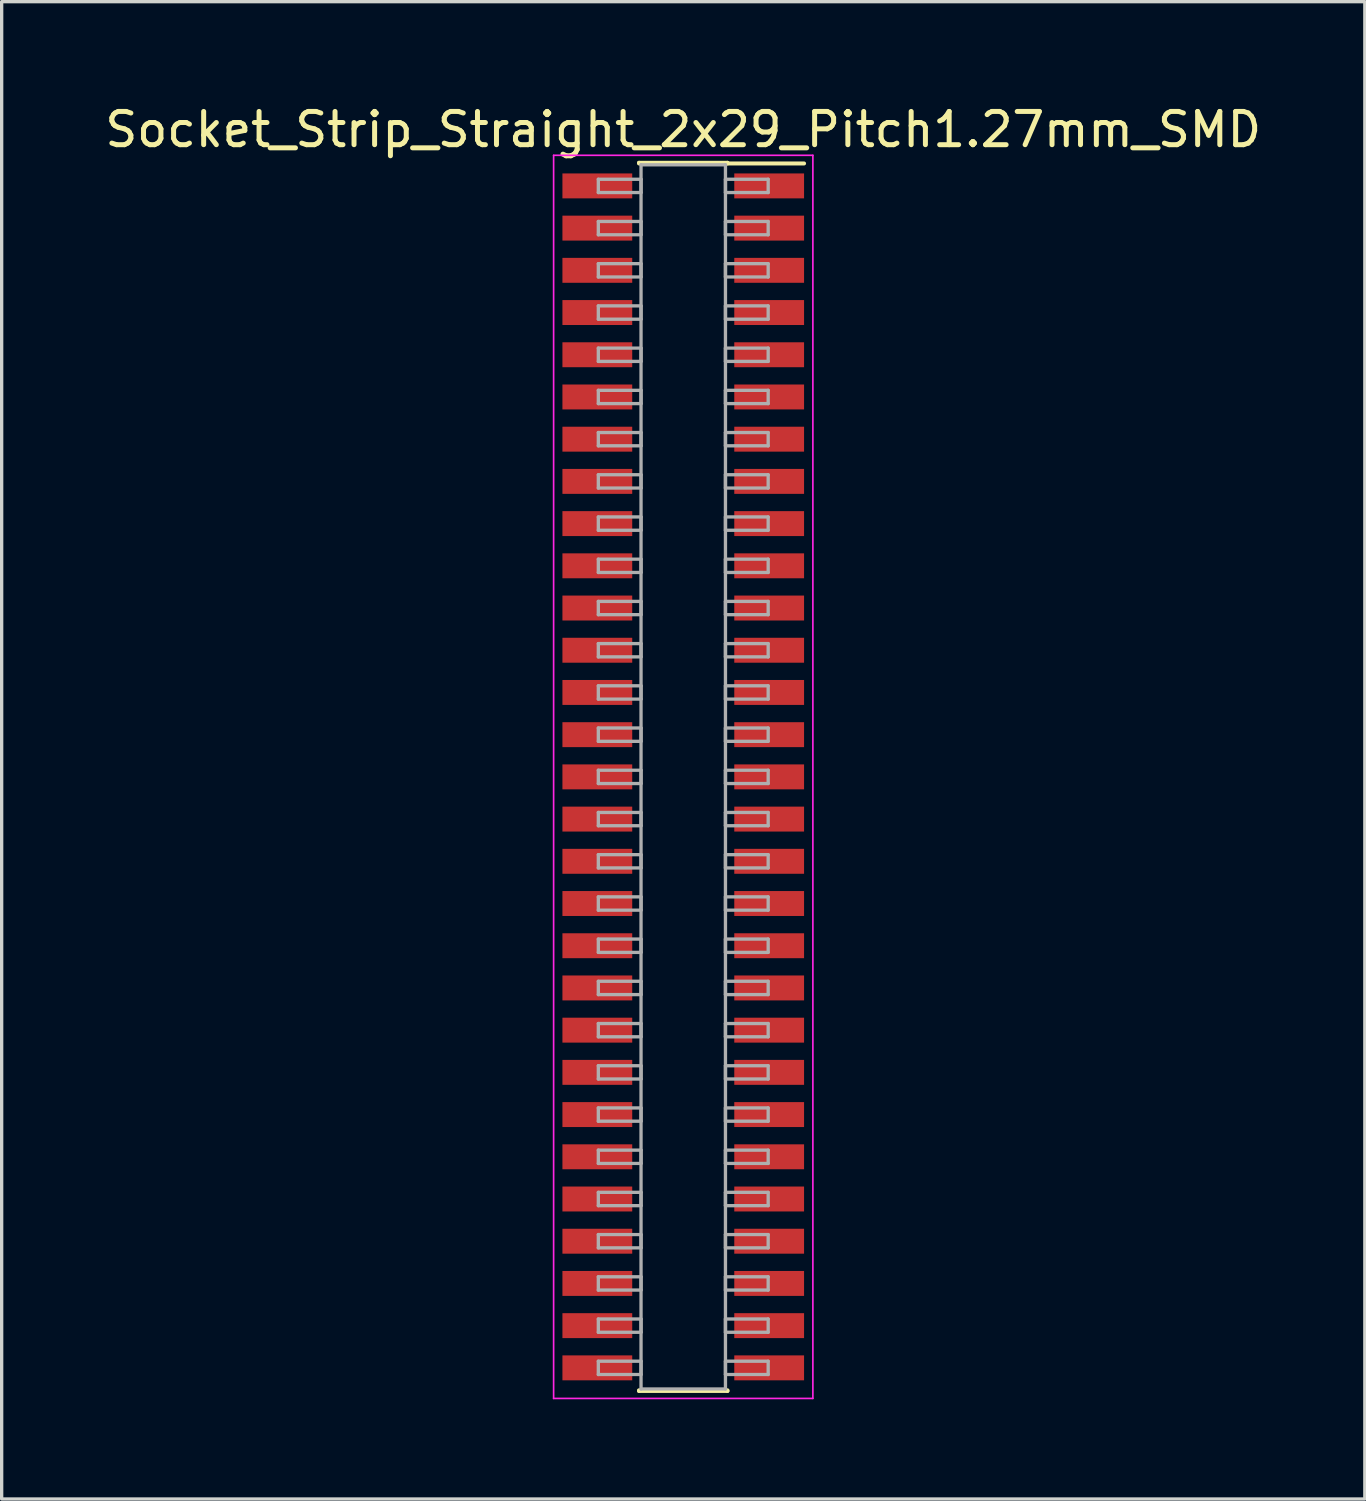
<source format=kicad_pcb>
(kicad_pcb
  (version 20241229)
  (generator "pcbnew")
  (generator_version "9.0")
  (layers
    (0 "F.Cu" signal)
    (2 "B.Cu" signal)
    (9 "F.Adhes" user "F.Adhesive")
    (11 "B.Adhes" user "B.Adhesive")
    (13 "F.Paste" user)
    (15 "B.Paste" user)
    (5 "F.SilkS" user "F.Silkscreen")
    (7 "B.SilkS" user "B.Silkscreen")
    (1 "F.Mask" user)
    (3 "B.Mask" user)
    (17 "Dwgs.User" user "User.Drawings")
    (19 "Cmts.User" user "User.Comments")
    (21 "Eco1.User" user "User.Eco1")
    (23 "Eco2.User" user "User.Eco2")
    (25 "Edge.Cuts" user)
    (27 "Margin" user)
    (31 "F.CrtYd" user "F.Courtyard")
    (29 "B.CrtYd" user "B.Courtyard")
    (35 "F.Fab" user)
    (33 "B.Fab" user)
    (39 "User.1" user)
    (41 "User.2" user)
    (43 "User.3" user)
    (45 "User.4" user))
  (footprint "Socket_Strip_Straight_2x29_Pitch1.27mm_SMD"
    (layer "F.Cu")
    (at 17.506 20.323)
    (property "Reference" "Socket_Strip_Straight_2x29_Pitch1.27mm_SMD" (at 0 -19.475 0) (layer "F.SilkS") (effects (font (size 1 1) (thickness 0.15))))
    (attr smd)
    (fp_line (start -1.33 -18.475) (end 1.33 -18.475) (stroke (width 0.12) (type solid)) (layer "F.SilkS"))
    (fp_line (start -1.33 -18.455) (end -1.33 -18.475) (stroke (width 0.12) (type solid)) (layer "F.SilkS"))
    (fp_line (start -1.33 18.455) (end -1.33 18.475) (stroke (width 0.12) (type solid)) (layer "F.SilkS"))
    (fp_line (start -1.33 18.475) (end 1.33 18.475) (stroke (width 0.12) (type solid)) (layer "F.SilkS"))
    (fp_line (start 1.33 -18.475) (end 1.33 -18.455) (stroke (width 0.12) (type solid)) (layer "F.SilkS"))
    (fp_line (start 1.33 18.475) (end 1.33 18.455) (stroke (width 0.12) (type solid)) (layer "F.SilkS"))
    (fp_line (start 3.635 -18.455) (end 1.33 -18.455) (stroke (width 0.12) (type solid)) (layer "F.SilkS"))
    (fp_line (start -3.9 -18.7) (end -3.9 18.7) (stroke (width 0.05) (type solid)) (layer "F.CrtYd"))
    (fp_line (start -3.9 18.7) (end 3.9 18.7) (stroke (width 0.05) (type solid)) (layer "F.CrtYd"))
    (fp_line (start 3.9 -18.7) (end -3.9 -18.7) (stroke (width 0.05) (type solid)) (layer "F.CrtYd"))
    (fp_line (start 3.9 18.7) (end 3.9 -18.7) (stroke (width 0.05) (type solid)) (layer "F.CrtYd"))
    (fp_line (start -2.555 -17.98) (end -1.27 -17.98) (stroke (width 0.1) (type solid)) (layer "F.Fab"))
    (fp_line (start -2.555 -17.58) (end -2.555 -17.98) (stroke (width 0.1) (type solid)) (layer "F.Fab"))
    (fp_line (start -2.555 -16.71) (end -1.27 -16.71) (stroke (width 0.1) (type solid)) (layer "F.Fab"))
    (fp_line (start -2.555 -16.31) (end -2.555 -16.71) (stroke (width 0.1) (type solid)) (layer "F.Fab"))
    (fp_line (start -2.555 -15.44) (end -1.27 -15.44) (stroke (width 0.1) (type solid)) (layer "F.Fab"))
    (fp_line (start -2.555 -15.04) (end -2.555 -15.44) (stroke (width 0.1) (type solid)) (layer "F.Fab"))
    (fp_line (start -2.555 -14.17) (end -1.27 -14.17) (stroke (width 0.1) (type solid)) (layer "F.Fab"))
    (fp_line (start -2.555 -13.77) (end -2.555 -14.17) (stroke (width 0.1) (type solid)) (layer "F.Fab"))
    (fp_line (start -2.555 -12.9) (end -1.27 -12.9) (stroke (width 0.1) (type solid)) (layer "F.Fab"))
    (fp_line (start -2.555 -12.5) (end -2.555 -12.9) (stroke (width 0.1) (type solid)) (layer "F.Fab"))
    (fp_line (start -2.555 -11.63) (end -1.27 -11.63) (stroke (width 0.1) (type solid)) (layer "F.Fab"))
    (fp_line (start -2.555 -11.23) (end -2.555 -11.63) (stroke (width 0.1) (type solid)) (layer "F.Fab"))
    (fp_line (start -2.555 -10.36) (end -1.27 -10.36) (stroke (width 0.1) (type solid)) (layer "F.Fab"))
    (fp_line (start -2.555 -9.96) (end -2.555 -10.36) (stroke (width 0.1) (type solid)) (layer "F.Fab"))
    (fp_line (start -2.555 -9.09) (end -1.27 -9.09) (stroke (width 0.1) (type solid)) (layer "F.Fab"))
    (fp_line (start -2.555 -8.69) (end -2.555 -9.09) (stroke (width 0.1) (type solid)) (layer "F.Fab"))
    (fp_line (start -2.555 -7.82) (end -1.27 -7.82) (stroke (width 0.1) (type solid)) (layer "F.Fab"))
    (fp_line (start -2.555 -7.42) (end -2.555 -7.82) (stroke (width 0.1) (type solid)) (layer "F.Fab"))
    (fp_line (start -2.555 -6.55) (end -1.27 -6.55) (stroke (width 0.1) (type solid)) (layer "F.Fab"))
    (fp_line (start -2.555 -6.15) (end -2.555 -6.55) (stroke (width 0.1) (type solid)) (layer "F.Fab"))
    (fp_line (start -2.555 -5.28) (end -1.27 -5.28) (stroke (width 0.1) (type solid)) (layer "F.Fab"))
    (fp_line (start -2.555 -4.88) (end -2.555 -5.28) (stroke (width 0.1) (type solid)) (layer "F.Fab"))
    (fp_line (start -2.555 -4.01) (end -1.27 -4.01) (stroke (width 0.1) (type solid)) (layer "F.Fab"))
    (fp_line (start -2.555 -3.61) (end -2.555 -4.01) (stroke (width 0.1) (type solid)) (layer "F.Fab"))
    (fp_line (start -2.555 -2.74) (end -1.27 -2.74) (stroke (width 0.1) (type solid)) (layer "F.Fab"))
    (fp_line (start -2.555 -2.34) (end -2.555 -2.74) (stroke (width 0.1) (type solid)) (layer "F.Fab"))
    (fp_line (start -2.555 -1.47) (end -1.27 -1.47) (stroke (width 0.1) (type solid)) (layer "F.Fab"))
    (fp_line (start -2.555 -1.07) (end -2.555 -1.47) (stroke (width 0.1) (type solid)) (layer "F.Fab"))
    (fp_line (start -2.555 -0.2) (end -1.27 -0.2) (stroke (width 0.1) (type solid)) (layer "F.Fab"))
    (fp_line (start -2.555 0.2) (end -2.555 -0.2) (stroke (width 0.1) (type solid)) (layer "F.Fab"))
    (fp_line (start -2.555 1.07) (end -1.27 1.07) (stroke (width 0.1) (type solid)) (layer "F.Fab"))
    (fp_line (start -2.555 1.47) (end -2.555 1.07) (stroke (width 0.1) (type solid)) (layer "F.Fab"))
    (fp_line (start -2.555 2.34) (end -1.27 2.34) (stroke (width 0.1) (type solid)) (layer "F.Fab"))
    (fp_line (start -2.555 2.74) (end -2.555 2.34) (stroke (width 0.1) (type solid)) (layer "F.Fab"))
    (fp_line (start -2.555 3.61) (end -1.27 3.61) (stroke (width 0.1) (type solid)) (layer "F.Fab"))
    (fp_line (start -2.555 4.01) (end -2.555 3.61) (stroke (width 0.1) (type solid)) (layer "F.Fab"))
    (fp_line (start -2.555 4.88) (end -1.27 4.88) (stroke (width 0.1) (type solid)) (layer "F.Fab"))
    (fp_line (start -2.555 5.28) (end -2.555 4.88) (stroke (width 0.1) (type solid)) (layer "F.Fab"))
    (fp_line (start -2.555 6.15) (end -1.27 6.15) (stroke (width 0.1) (type solid)) (layer "F.Fab"))
    (fp_line (start -2.555 6.55) (end -2.555 6.15) (stroke (width 0.1) (type solid)) (layer "F.Fab"))
    (fp_line (start -2.555 7.42) (end -1.27 7.42) (stroke (width 0.1) (type solid)) (layer "F.Fab"))
    (fp_line (start -2.555 7.82) (end -2.555 7.42) (stroke (width 0.1) (type solid)) (layer "F.Fab"))
    (fp_line (start -2.555 8.69) (end -1.27 8.69) (stroke (width 0.1) (type solid)) (layer "F.Fab"))
    (fp_line (start -2.555 9.09) (end -2.555 8.69) (stroke (width 0.1) (type solid)) (layer "F.Fab"))
    (fp_line (start -2.555 9.96) (end -1.27 9.96) (stroke (width 0.1) (type solid)) (layer "F.Fab"))
    (fp_line (start -2.555 10.36) (end -2.555 9.96) (stroke (width 0.1) (type solid)) (layer "F.Fab"))
    (fp_line (start -2.555 11.23) (end -1.27 11.23) (stroke (width 0.1) (type solid)) (layer "F.Fab"))
    (fp_line (start -2.555 11.63) (end -2.555 11.23) (stroke (width 0.1) (type solid)) (layer "F.Fab"))
    (fp_line (start -2.555 12.5) (end -1.27 12.5) (stroke (width 0.1) (type solid)) (layer "F.Fab"))
    (fp_line (start -2.555 12.9) (end -2.555 12.5) (stroke (width 0.1) (type solid)) (layer "F.Fab"))
    (fp_line (start -2.555 13.77) (end -1.27 13.77) (stroke (width 0.1) (type solid)) (layer "F.Fab"))
    (fp_line (start -2.555 14.17) (end -2.555 13.77) (stroke (width 0.1) (type solid)) (layer "F.Fab"))
    (fp_line (start -2.555 15.04) (end -1.27 15.04) (stroke (width 0.1) (type solid)) (layer "F.Fab"))
    (fp_line (start -2.555 15.44) (end -2.555 15.04) (stroke (width 0.1) (type solid)) (layer "F.Fab"))
    (fp_line (start -2.555 16.31) (end -1.27 16.31) (stroke (width 0.1) (type solid)) (layer "F.Fab"))
    (fp_line (start -2.555 16.71) (end -2.555 16.31) (stroke (width 0.1) (type solid)) (layer "F.Fab"))
    (fp_line (start -2.555 17.58) (end -1.27 17.58) (stroke (width 0.1) (type solid)) (layer "F.Fab"))
    (fp_line (start -2.555 17.98) (end -2.555 17.58) (stroke (width 0.1) (type solid)) (layer "F.Fab"))
    (fp_line (start -1.27 -18.415) (end -1.27 18.415) (stroke (width 0.1) (type solid)) (layer "F.Fab"))
    (fp_line (start -1.27 -17.98) (end -1.27 -17.58) (stroke (width 0.1) (type solid)) (layer "F.Fab"))
    (fp_line (start -1.27 -17.58) (end -2.555 -17.58) (stroke (width 0.1) (type solid)) (layer "F.Fab"))
    (fp_line (start -1.27 -16.71) (end -1.27 -16.31) (stroke (width 0.1) (type solid)) (layer "F.Fab"))
    (fp_line (start -1.27 -16.31) (end -2.555 -16.31) (stroke (width 0.1) (type solid)) (layer "F.Fab"))
    (fp_line (start -1.27 -15.44) (end -1.27 -15.04) (stroke (width 0.1) (type solid)) (layer "F.Fab"))
    (fp_line (start -1.27 -15.04) (end -2.555 -15.04) (stroke (width 0.1) (type solid)) (layer "F.Fab"))
    (fp_line (start -1.27 -14.17) (end -1.27 -13.77) (stroke (width 0.1) (type solid)) (layer "F.Fab"))
    (fp_line (start -1.27 -13.77) (end -2.555 -13.77) (stroke (width 0.1) (type solid)) (layer "F.Fab"))
    (fp_line (start -1.27 -12.9) (end -1.27 -12.5) (stroke (width 0.1) (type solid)) (layer "F.Fab"))
    (fp_line (start -1.27 -12.5) (end -2.555 -12.5) (stroke (width 0.1) (type solid)) (layer "F.Fab"))
    (fp_line (start -1.27 -11.63) (end -1.27 -11.23) (stroke (width 0.1) (type solid)) (layer "F.Fab"))
    (fp_line (start -1.27 -11.23) (end -2.555 -11.23) (stroke (width 0.1) (type solid)) (layer "F.Fab"))
    (fp_line (start -1.27 -10.36) (end -1.27 -9.96) (stroke (width 0.1) (type solid)) (layer "F.Fab"))
    (fp_line (start -1.27 -9.96) (end -2.555 -9.96) (stroke (width 0.1) (type solid)) (layer "F.Fab"))
    (fp_line (start -1.27 -9.09) (end -1.27 -8.69) (stroke (width 0.1) (type solid)) (layer "F.Fab"))
    (fp_line (start -1.27 -8.69) (end -2.555 -8.69) (stroke (width 0.1) (type solid)) (layer "F.Fab"))
    (fp_line (start -1.27 -7.82) (end -1.27 -7.42) (stroke (width 0.1) (type solid)) (layer "F.Fab"))
    (fp_line (start -1.27 -7.42) (end -2.555 -7.42) (stroke (width 0.1) (type solid)) (layer "F.Fab"))
    (fp_line (start -1.27 -6.55) (end -1.27 -6.15) (stroke (width 0.1) (type solid)) (layer "F.Fab"))
    (fp_line (start -1.27 -6.15) (end -2.555 -6.15) (stroke (width 0.1) (type solid)) (layer "F.Fab"))
    (fp_line (start -1.27 -5.28) (end -1.27 -4.88) (stroke (width 0.1) (type solid)) (layer "F.Fab"))
    (fp_line (start -1.27 -4.88) (end -2.555 -4.88) (stroke (width 0.1) (type solid)) (layer "F.Fab"))
    (fp_line (start -1.27 -4.01) (end -1.27 -3.61) (stroke (width 0.1) (type solid)) (layer "F.Fab"))
    (fp_line (start -1.27 -3.61) (end -2.555 -3.61) (stroke (width 0.1) (type solid)) (layer "F.Fab"))
    (fp_line (start -1.27 -2.74) (end -1.27 -2.34) (stroke (width 0.1) (type solid)) (layer "F.Fab"))
    (fp_line (start -1.27 -2.34) (end -2.555 -2.34) (stroke (width 0.1) (type solid)) (layer "F.Fab"))
    (fp_line (start -1.27 -1.47) (end -1.27 -1.07) (stroke (width 0.1) (type solid)) (layer "F.Fab"))
    (fp_line (start -1.27 -1.07) (end -2.555 -1.07) (stroke (width 0.1) (type solid)) (layer "F.Fab"))
    (fp_line (start -1.27 -0.2) (end -1.27 0.2) (stroke (width 0.1) (type solid)) (layer "F.Fab"))
    (fp_line (start -1.27 0.2) (end -2.555 0.2) (stroke (width 0.1) (type solid)) (layer "F.Fab"))
    (fp_line (start -1.27 1.07) (end -1.27 1.47) (stroke (width 0.1) (type solid)) (layer "F.Fab"))
    (fp_line (start -1.27 1.47) (end -2.555 1.47) (stroke (width 0.1) (type solid)) (layer "F.Fab"))
    (fp_line (start -1.27 2.34) (end -1.27 2.74) (stroke (width 0.1) (type solid)) (layer "F.Fab"))
    (fp_line (start -1.27 2.74) (end -2.555 2.74) (stroke (width 0.1) (type solid)) (layer "F.Fab"))
    (fp_line (start -1.27 3.61) (end -1.27 4.01) (stroke (width 0.1) (type solid)) (layer "F.Fab"))
    (fp_line (start -1.27 4.01) (end -2.555 4.01) (stroke (width 0.1) (type solid)) (layer "F.Fab"))
    (fp_line (start -1.27 4.88) (end -1.27 5.28) (stroke (width 0.1) (type solid)) (layer "F.Fab"))
    (fp_line (start -1.27 5.28) (end -2.555 5.28) (stroke (width 0.1) (type solid)) (layer "F.Fab"))
    (fp_line (start -1.27 6.15) (end -1.27 6.55) (stroke (width 0.1) (type solid)) (layer "F.Fab"))
    (fp_line (start -1.27 6.55) (end -2.555 6.55) (stroke (width 0.1) (type solid)) (layer "F.Fab"))
    (fp_line (start -1.27 7.42) (end -1.27 7.82) (stroke (width 0.1) (type solid)) (layer "F.Fab"))
    (fp_line (start -1.27 7.82) (end -2.555 7.82) (stroke (width 0.1) (type solid)) (layer "F.Fab"))
    (fp_line (start -1.27 8.69) (end -1.27 9.09) (stroke (width 0.1) (type solid)) (layer "F.Fab"))
    (fp_line (start -1.27 9.09) (end -2.555 9.09) (stroke (width 0.1) (type solid)) (layer "F.Fab"))
    (fp_line (start -1.27 9.96) (end -1.27 10.36) (stroke (width 0.1) (type solid)) (layer "F.Fab"))
    (fp_line (start -1.27 10.36) (end -2.555 10.36) (stroke (width 0.1) (type solid)) (layer "F.Fab"))
    (fp_line (start -1.27 11.23) (end -1.27 11.63) (stroke (width 0.1) (type solid)) (layer "F.Fab"))
    (fp_line (start -1.27 11.63) (end -2.555 11.63) (stroke (width 0.1) (type solid)) (layer "F.Fab"))
    (fp_line (start -1.27 12.5) (end -1.27 12.9) (stroke (width 0.1) (type solid)) (layer "F.Fab"))
    (fp_line (start -1.27 12.9) (end -2.555 12.9) (stroke (width 0.1) (type solid)) (layer "F.Fab"))
    (fp_line (start -1.27 13.77) (end -1.27 14.17) (stroke (width 0.1) (type solid)) (layer "F.Fab"))
    (fp_line (start -1.27 14.17) (end -2.555 14.17) (stroke (width 0.1) (type solid)) (layer "F.Fab"))
    (fp_line (start -1.27 15.04) (end -1.27 15.44) (stroke (width 0.1) (type solid)) (layer "F.Fab"))
    (fp_line (start -1.27 15.44) (end -2.555 15.44) (stroke (width 0.1) (type solid)) (layer "F.Fab"))
    (fp_line (start -1.27 16.31) (end -1.27 16.71) (stroke (width 0.1) (type solid)) (layer "F.Fab"))
    (fp_line (start -1.27 16.71) (end -2.555 16.71) (stroke (width 0.1) (type solid)) (layer "F.Fab"))
    (fp_line (start -1.27 17.58) (end -1.27 17.98) (stroke (width 0.1) (type solid)) (layer "F.Fab"))
    (fp_line (start -1.27 17.98) (end -2.555 17.98) (stroke (width 0.1) (type solid)) (layer "F.Fab"))
    (fp_line (start -1.27 18.415) (end 1.27 18.415) (stroke (width 0.1) (type solid)) (layer "F.Fab"))
    (fp_line (start 1.27 -18.415) (end -1.27 -18.415) (stroke (width 0.1) (type solid)) (layer "F.Fab"))
    (fp_line (start 1.27 -17.98) (end 1.27 -17.58) (stroke (width 0.1) (type solid)) (layer "F.Fab"))
    (fp_line (start 1.27 -17.58) (end 2.555 -17.58) (stroke (width 0.1) (type solid)) (layer "F.Fab"))
    (fp_line (start 1.27 -16.71) (end 1.27 -16.31) (stroke (width 0.1) (type solid)) (layer "F.Fab"))
    (fp_line (start 1.27 -16.31) (end 2.555 -16.31) (stroke (width 0.1) (type solid)) (layer "F.Fab"))
    (fp_line (start 1.27 -15.44) (end 1.27 -15.04) (stroke (width 0.1) (type solid)) (layer "F.Fab"))
    (fp_line (start 1.27 -15.04) (end 2.555 -15.04) (stroke (width 0.1) (type solid)) (layer "F.Fab"))
    (fp_line (start 1.27 -14.17) (end 1.27 -13.77) (stroke (width 0.1) (type solid)) (layer "F.Fab"))
    (fp_line (start 1.27 -13.77) (end 2.555 -13.77) (stroke (width 0.1) (type solid)) (layer "F.Fab"))
    (fp_line (start 1.27 -12.9) (end 1.27 -12.5) (stroke (width 0.1) (type solid)) (layer "F.Fab"))
    (fp_line (start 1.27 -12.5) (end 2.555 -12.5) (stroke (width 0.1) (type solid)) (layer "F.Fab"))
    (fp_line (start 1.27 -11.63) (end 1.27 -11.23) (stroke (width 0.1) (type solid)) (layer "F.Fab"))
    (fp_line (start 1.27 -11.23) (end 2.555 -11.23) (stroke (width 0.1) (type solid)) (layer "F.Fab"))
    (fp_line (start 1.27 -10.36) (end 1.27 -9.96) (stroke (width 0.1) (type solid)) (layer "F.Fab"))
    (fp_line (start 1.27 -9.96) (end 2.555 -9.96) (stroke (width 0.1) (type solid)) (layer "F.Fab"))
    (fp_line (start 1.27 -9.09) (end 1.27 -8.69) (stroke (width 0.1) (type solid)) (layer "F.Fab"))
    (fp_line (start 1.27 -8.69) (end 2.555 -8.69) (stroke (width 0.1) (type solid)) (layer "F.Fab"))
    (fp_line (start 1.27 -7.82) (end 1.27 -7.42) (stroke (width 0.1) (type solid)) (layer "F.Fab"))
    (fp_line (start 1.27 -7.42) (end 2.555 -7.42) (stroke (width 0.1) (type solid)) (layer "F.Fab"))
    (fp_line (start 1.27 -6.55) (end 1.27 -6.15) (stroke (width 0.1) (type solid)) (layer "F.Fab"))
    (fp_line (start 1.27 -6.15) (end 2.555 -6.15) (stroke (width 0.1) (type solid)) (layer "F.Fab"))
    (fp_line (start 1.27 -5.28) (end 1.27 -4.88) (stroke (width 0.1) (type solid)) (layer "F.Fab"))
    (fp_line (start 1.27 -4.88) (end 2.555 -4.88) (stroke (width 0.1) (type solid)) (layer "F.Fab"))
    (fp_line (start 1.27 -4.01) (end 1.27 -3.61) (stroke (width 0.1) (type solid)) (layer "F.Fab"))
    (fp_line (start 1.27 -3.61) (end 2.555 -3.61) (stroke (width 0.1) (type solid)) (layer "F.Fab"))
    (fp_line (start 1.27 -2.74) (end 1.27 -2.34) (stroke (width 0.1) (type solid)) (layer "F.Fab"))
    (fp_line (start 1.27 -2.34) (end 2.555 -2.34) (stroke (width 0.1) (type solid)) (layer "F.Fab"))
    (fp_line (start 1.27 -1.47) (end 1.27 -1.07) (stroke (width 0.1) (type solid)) (layer "F.Fab"))
    (fp_line (start 1.27 -1.07) (end 2.555 -1.07) (stroke (width 0.1) (type solid)) (layer "F.Fab"))
    (fp_line (start 1.27 -0.2) (end 1.27 0.2) (stroke (width 0.1) (type solid)) (layer "F.Fab"))
    (fp_line (start 1.27 0.2) (end 2.555 0.2) (stroke (width 0.1) (type solid)) (layer "F.Fab"))
    (fp_line (start 1.27 1.07) (end 1.27 1.47) (stroke (width 0.1) (type solid)) (layer "F.Fab"))
    (fp_line (start 1.27 1.47) (end 2.555 1.47) (stroke (width 0.1) (type solid)) (layer "F.Fab"))
    (fp_line (start 1.27 2.34) (end 1.27 2.74) (stroke (width 0.1) (type solid)) (layer "F.Fab"))
    (fp_line (start 1.27 2.74) (end 2.555 2.74) (stroke (width 0.1) (type solid)) (layer "F.Fab"))
    (fp_line (start 1.27 3.61) (end 1.27 4.01) (stroke (width 0.1) (type solid)) (layer "F.Fab"))
    (fp_line (start 1.27 4.01) (end 2.555 4.01) (stroke (width 0.1) (type solid)) (layer "F.Fab"))
    (fp_line (start 1.27 4.88) (end 1.27 5.28) (stroke (width 0.1) (type solid)) (layer "F.Fab"))
    (fp_line (start 1.27 5.28) (end 2.555 5.28) (stroke (width 0.1) (type solid)) (layer "F.Fab"))
    (fp_line (start 1.27 6.15) (end 1.27 6.55) (stroke (width 0.1) (type solid)) (layer "F.Fab"))
    (fp_line (start 1.27 6.55) (end 2.555 6.55) (stroke (width 0.1) (type solid)) (layer "F.Fab"))
    (fp_line (start 1.27 7.42) (end 1.27 7.82) (stroke (width 0.1) (type solid)) (layer "F.Fab"))
    (fp_line (start 1.27 7.82) (end 2.555 7.82) (stroke (width 0.1) (type solid)) (layer "F.Fab"))
    (fp_line (start 1.27 8.69) (end 1.27 9.09) (stroke (width 0.1) (type solid)) (layer "F.Fab"))
    (fp_line (start 1.27 9.09) (end 2.555 9.09) (stroke (width 0.1) (type solid)) (layer "F.Fab"))
    (fp_line (start 1.27 9.96) (end 1.27 10.36) (stroke (width 0.1) (type solid)) (layer "F.Fab"))
    (fp_line (start 1.27 10.36) (end 2.555 10.36) (stroke (width 0.1) (type solid)) (layer "F.Fab"))
    (fp_line (start 1.27 11.23) (end 1.27 11.63) (stroke (width 0.1) (type solid)) (layer "F.Fab"))
    (fp_line (start 1.27 11.63) (end 2.555 11.63) (stroke (width 0.1) (type solid)) (layer "F.Fab"))
    (fp_line (start 1.27 12.5) (end 1.27 12.9) (stroke (width 0.1) (type solid)) (layer "F.Fab"))
    (fp_line (start 1.27 12.9) (end 2.555 12.9) (stroke (width 0.1) (type solid)) (layer "F.Fab"))
    (fp_line (start 1.27 13.77) (end 1.27 14.17) (stroke (width 0.1) (type solid)) (layer "F.Fab"))
    (fp_line (start 1.27 14.17) (end 2.555 14.17) (stroke (width 0.1) (type solid)) (layer "F.Fab"))
    (fp_line (start 1.27 15.04) (end 1.27 15.44) (stroke (width 0.1) (type solid)) (layer "F.Fab"))
    (fp_line (start 1.27 15.44) (end 2.555 15.44) (stroke (width 0.1) (type solid)) (layer "F.Fab"))
    (fp_line (start 1.27 16.31) (end 1.27 16.71) (stroke (width 0.1) (type solid)) (layer "F.Fab"))
    (fp_line (start 1.27 16.71) (end 2.555 16.71) (stroke (width 0.1) (type solid)) (layer "F.Fab"))
    (fp_line (start 1.27 17.58) (end 1.27 17.98) (stroke (width 0.1) (type solid)) (layer "F.Fab"))
    (fp_line (start 1.27 17.98) (end 2.555 17.98) (stroke (width 0.1) (type solid)) (layer "F.Fab"))
    (fp_line (start 1.27 18.415) (end 1.27 -18.415) (stroke (width 0.1) (type solid)) (layer "F.Fab"))
    (fp_line (start 2.555 -17.98) (end 1.27 -17.98) (stroke (width 0.1) (type solid)) (layer "F.Fab"))
    (fp_line (start 2.555 -17.58) (end 2.555 -17.98) (stroke (width 0.1) (type solid)) (layer "F.Fab"))
    (fp_line (start 2.555 -16.71) (end 1.27 -16.71) (stroke (width 0.1) (type solid)) (layer "F.Fab"))
    (fp_line (start 2.555 -16.31) (end 2.555 -16.71) (stroke (width 0.1) (type solid)) (layer "F.Fab"))
    (fp_line (start 2.555 -15.44) (end 1.27 -15.44) (stroke (width 0.1) (type solid)) (layer "F.Fab"))
    (fp_line (start 2.555 -15.04) (end 2.555 -15.44) (stroke (width 0.1) (type solid)) (layer "F.Fab"))
    (fp_line (start 2.555 -14.17) (end 1.27 -14.17) (stroke (width 0.1) (type solid)) (layer "F.Fab"))
    (fp_line (start 2.555 -13.77) (end 2.555 -14.17) (stroke (width 0.1) (type solid)) (layer "F.Fab"))
    (fp_line (start 2.555 -12.9) (end 1.27 -12.9) (stroke (width 0.1) (type solid)) (layer "F.Fab"))
    (fp_line (start 2.555 -12.5) (end 2.555 -12.9) (stroke (width 0.1) (type solid)) (layer "F.Fab"))
    (fp_line (start 2.555 -11.63) (end 1.27 -11.63) (stroke (width 0.1) (type solid)) (layer "F.Fab"))
    (fp_line (start 2.555 -11.23) (end 2.555 -11.63) (stroke (width 0.1) (type solid)) (layer "F.Fab"))
    (fp_line (start 2.555 -10.36) (end 1.27 -10.36) (stroke (width 0.1) (type solid)) (layer "F.Fab"))
    (fp_line (start 2.555 -9.96) (end 2.555 -10.36) (stroke (width 0.1) (type solid)) (layer "F.Fab"))
    (fp_line (start 2.555 -9.09) (end 1.27 -9.09) (stroke (width 0.1) (type solid)) (layer "F.Fab"))
    (fp_line (start 2.555 -8.69) (end 2.555 -9.09) (stroke (width 0.1) (type solid)) (layer "F.Fab"))
    (fp_line (start 2.555 -7.82) (end 1.27 -7.82) (stroke (width 0.1) (type solid)) (layer "F.Fab"))
    (fp_line (start 2.555 -7.42) (end 2.555 -7.82) (stroke (width 0.1) (type solid)) (layer "F.Fab"))
    (fp_line (start 2.555 -6.55) (end 1.27 -6.55) (stroke (width 0.1) (type solid)) (layer "F.Fab"))
    (fp_line (start 2.555 -6.15) (end 2.555 -6.55) (stroke (width 0.1) (type solid)) (layer "F.Fab"))
    (fp_line (start 2.555 -5.28) (end 1.27 -5.28) (stroke (width 0.1) (type solid)) (layer "F.Fab"))
    (fp_line (start 2.555 -4.88) (end 2.555 -5.28) (stroke (width 0.1) (type solid)) (layer "F.Fab"))
    (fp_line (start 2.555 -4.01) (end 1.27 -4.01) (stroke (width 0.1) (type solid)) (layer "F.Fab"))
    (fp_line (start 2.555 -3.61) (end 2.555 -4.01) (stroke (width 0.1) (type solid)) (layer "F.Fab"))
    (fp_line (start 2.555 -2.74) (end 1.27 -2.74) (stroke (width 0.1) (type solid)) (layer "F.Fab"))
    (fp_line (start 2.555 -2.34) (end 2.555 -2.74) (stroke (width 0.1) (type solid)) (layer "F.Fab"))
    (fp_line (start 2.555 -1.47) (end 1.27 -1.47) (stroke (width 0.1) (type solid)) (layer "F.Fab"))
    (fp_line (start 2.555 -1.07) (end 2.555 -1.47) (stroke (width 0.1) (type solid)) (layer "F.Fab"))
    (fp_line (start 2.555 -0.2) (end 1.27 -0.2) (stroke (width 0.1) (type solid)) (layer "F.Fab"))
    (fp_line (start 2.555 0.2) (end 2.555 -0.2) (stroke (width 0.1) (type solid)) (layer "F.Fab"))
    (fp_line (start 2.555 1.07) (end 1.27 1.07) (stroke (width 0.1) (type solid)) (layer "F.Fab"))
    (fp_line (start 2.555 1.47) (end 2.555 1.07) (stroke (width 0.1) (type solid)) (layer "F.Fab"))
    (fp_line (start 2.555 2.34) (end 1.27 2.34) (stroke (width 0.1) (type solid)) (layer "F.Fab"))
    (fp_line (start 2.555 2.74) (end 2.555 2.34) (stroke (width 0.1) (type solid)) (layer "F.Fab"))
    (fp_line (start 2.555 3.61) (end 1.27 3.61) (stroke (width 0.1) (type solid)) (layer "F.Fab"))
    (fp_line (start 2.555 4.01) (end 2.555 3.61) (stroke (width 0.1) (type solid)) (layer "F.Fab"))
    (fp_line (start 2.555 4.88) (end 1.27 4.88) (stroke (width 0.1) (type solid)) (layer "F.Fab"))
    (fp_line (start 2.555 5.28) (end 2.555 4.88) (stroke (width 0.1) (type solid)) (layer "F.Fab"))
    (fp_line (start 2.555 6.15) (end 1.27 6.15) (stroke (width 0.1) (type solid)) (layer "F.Fab"))
    (fp_line (start 2.555 6.55) (end 2.555 6.15) (stroke (width 0.1) (type solid)) (layer "F.Fab"))
    (fp_line (start 2.555 7.42) (end 1.27 7.42) (stroke (width 0.1) (type solid)) (layer "F.Fab"))
    (fp_line (start 2.555 7.82) (end 2.555 7.42) (stroke (width 0.1) (type solid)) (layer "F.Fab"))
    (fp_line (start 2.555 8.69) (end 1.27 8.69) (stroke (width 0.1) (type solid)) (layer "F.Fab"))
    (fp_line (start 2.555 9.09) (end 2.555 8.69) (stroke (width 0.1) (type solid)) (layer "F.Fab"))
    (fp_line (start 2.555 9.96) (end 1.27 9.96) (stroke (width 0.1) (type solid)) (layer "F.Fab"))
    (fp_line (start 2.555 10.36) (end 2.555 9.96) (stroke (width 0.1) (type solid)) (layer "F.Fab"))
    (fp_line (start 2.555 11.23) (end 1.27 11.23) (stroke (width 0.1) (type solid)) (layer "F.Fab"))
    (fp_line (start 2.555 11.63) (end 2.555 11.23) (stroke (width 0.1) (type solid)) (layer "F.Fab"))
    (fp_line (start 2.555 12.5) (end 1.27 12.5) (stroke (width 0.1) (type solid)) (layer "F.Fab"))
    (fp_line (start 2.555 12.9) (end 2.555 12.5) (stroke (width 0.1) (type solid)) (layer "F.Fab"))
    (fp_line (start 2.555 13.77) (end 1.27 13.77) (stroke (width 0.1) (type solid)) (layer "F.Fab"))
    (fp_line (start 2.555 14.17) (end 2.555 13.77) (stroke (width 0.1) (type solid)) (layer "F.Fab"))
    (fp_line (start 2.555 15.04) (end 1.27 15.04) (stroke (width 0.1) (type solid)) (layer "F.Fab"))
    (fp_line (start 2.555 15.44) (end 2.555 15.04) (stroke (width 0.1) (type solid)) (layer "F.Fab"))
    (fp_line (start 2.555 16.31) (end 1.27 16.31) (stroke (width 0.1) (type solid)) (layer "F.Fab"))
    (fp_line (start 2.555 16.71) (end 2.555 16.31) (stroke (width 0.1) (type solid)) (layer "F.Fab"))
    (fp_line (start 2.555 17.58) (end 1.27 17.58) (stroke (width 0.1) (type solid)) (layer "F.Fab"))
    (fp_line (start 2.555 17.98) (end 2.555 17.58) (stroke (width 0.1) (type solid)) (layer "F.Fab"))
    (pad "1" smd rect (at 2.585 -17.78) (size 2.1 0.75) (layers "F.Cu" "F.Mask"))
    (pad "2" smd rect (at -2.585 -17.78) (size 2.1 0.75) (layers "F.Cu" "F.Mask"))
    (pad "3" smd rect (at 2.585 -16.51) (size 2.1 0.75) (layers "F.Cu" "F.Mask"))
    (pad "4" smd rect (at -2.585 -16.51) (size 2.1 0.75) (layers "F.Cu" "F.Mask"))
    (pad "5" smd rect (at 2.585 -15.24) (size 2.1 0.75) (layers "F.Cu" "F.Mask"))
    (pad "6" smd rect (at -2.585 -15.24) (size 2.1 0.75) (layers "F.Cu" "F.Mask"))
    (pad "7" smd rect (at 2.585 -13.97) (size 2.1 0.75) (layers "F.Cu" "F.Mask"))
    (pad "8" smd rect (at -2.585 -13.97) (size 2.1 0.75) (layers "F.Cu" "F.Mask"))
    (pad "9" smd rect (at 2.585 -12.7) (size 2.1 0.75) (layers "F.Cu" "F.Mask"))
    (pad "10" smd rect (at -2.585 -12.7) (size 2.1 0.75) (layers "F.Cu" "F.Mask"))
    (pad "11" smd rect (at 2.585 -11.43) (size 2.1 0.75) (layers "F.Cu" "F.Mask"))
    (pad "12" smd rect (at -2.585 -11.43) (size 2.1 0.75) (layers "F.Cu" "F.Mask"))
    (pad "13" smd rect (at 2.585 -10.16) (size 2.1 0.75) (layers "F.Cu" "F.Mask"))
    (pad "14" smd rect (at -2.585 -10.16) (size 2.1 0.75) (layers "F.Cu" "F.Mask"))
    (pad "15" smd rect (at 2.585 -8.89) (size 2.1 0.75) (layers "F.Cu" "F.Mask"))
    (pad "16" smd rect (at -2.585 -8.89) (size 2.1 0.75) (layers "F.Cu" "F.Mask"))
    (pad "17" smd rect (at 2.585 -7.62) (size 2.1 0.75) (layers "F.Cu" "F.Mask"))
    (pad "18" smd rect (at -2.585 -7.62) (size 2.1 0.75) (layers "F.Cu" "F.Mask"))
    (pad "19" smd rect (at 2.585 -6.35) (size 2.1 0.75) (layers "F.Cu" "F.Mask"))
    (pad "20" smd rect (at -2.585 -6.35) (size 2.1 0.75) (layers "F.Cu" "F.Mask"))
    (pad "21" smd rect (at 2.585 -5.08) (size 2.1 0.75) (layers "F.Cu" "F.Mask"))
    (pad "22" smd rect (at -2.585 -5.08) (size 2.1 0.75) (layers "F.Cu" "F.Mask"))
    (pad "23" smd rect (at 2.585 -3.81) (size 2.1 0.75) (layers "F.Cu" "F.Mask"))
    (pad "24" smd rect (at -2.585 -3.81) (size 2.1 0.75) (layers "F.Cu" "F.Mask"))
    (pad "25" smd rect (at 2.585 -2.54) (size 2.1 0.75) (layers "F.Cu" "F.Mask"))
    (pad "26" smd rect (at -2.585 -2.54) (size 2.1 0.75) (layers "F.Cu" "F.Mask"))
    (pad "27" smd rect (at 2.585 -1.27) (size 2.1 0.75) (layers "F.Cu" "F.Mask"))
    (pad "28" smd rect (at -2.585 -1.27) (size 2.1 0.75) (layers "F.Cu" "F.Mask"))
    (pad "29" smd rect (at 2.585 0) (size 2.1 0.75) (layers "F.Cu" "F.Mask"))
    (pad "30" smd rect (at -2.585 0) (size 2.1 0.75) (layers "F.Cu" "F.Mask"))
    (pad "31" smd rect (at 2.585 1.27) (size 2.1 0.75) (layers "F.Cu" "F.Mask"))
    (pad "32" smd rect (at -2.585 1.27) (size 2.1 0.75) (layers "F.Cu" "F.Mask"))
    (pad "33" smd rect (at 2.585 2.54) (size 2.1 0.75) (layers "F.Cu" "F.Mask"))
    (pad "34" smd rect (at -2.585 2.54) (size 2.1 0.75) (layers "F.Cu" "F.Mask"))
    (pad "35" smd rect (at 2.585 3.81) (size 2.1 0.75) (layers "F.Cu" "F.Mask"))
    (pad "36" smd rect (at -2.585 3.81) (size 2.1 0.75) (layers "F.Cu" "F.Mask"))
    (pad "37" smd rect (at 2.585 5.08) (size 2.1 0.75) (layers "F.Cu" "F.Mask"))
    (pad "38" smd rect (at -2.585 5.08) (size 2.1 0.75) (layers "F.Cu" "F.Mask"))
    (pad "39" smd rect (at 2.585 6.35) (size 2.1 0.75) (layers "F.Cu" "F.Mask"))
    (pad "40" smd rect (at -2.585 6.35) (size 2.1 0.75) (layers "F.Cu" "F.Mask"))
    (pad "41" smd rect (at 2.585 7.62) (size 2.1 0.75) (layers "F.Cu" "F.Mask"))
    (pad "42" smd rect (at -2.585 7.62) (size 2.1 0.75) (layers "F.Cu" "F.Mask"))
    (pad "43" smd rect (at 2.585 8.89) (size 2.1 0.75) (layers "F.Cu" "F.Mask"))
    (pad "44" smd rect (at -2.585 8.89) (size 2.1 0.75) (layers "F.Cu" "F.Mask"))
    (pad "45" smd rect (at 2.585 10.16) (size 2.1 0.75) (layers "F.Cu" "F.Mask"))
    (pad "46" smd rect (at -2.585 10.16) (size 2.1 0.75) (layers "F.Cu" "F.Mask"))
    (pad "47" smd rect (at 2.585 11.43) (size 2.1 0.75) (layers "F.Cu" "F.Mask"))
    (pad "48" smd rect (at -2.585 11.43) (size 2.1 0.75) (layers "F.Cu" "F.Mask"))
    (pad "49" smd rect (at 2.585 12.7) (size 2.1 0.75) (layers "F.Cu" "F.Mask"))
    (pad "50" smd rect (at -2.585 12.7) (size 2.1 0.75) (layers "F.Cu" "F.Mask"))
    (pad "51" smd rect (at 2.585 13.97) (size 2.1 0.75) (layers "F.Cu" "F.Mask"))
    (pad "52" smd rect (at -2.585 13.97) (size 2.1 0.75) (layers "F.Cu" "F.Mask"))
    (pad "53" smd rect (at 2.585 15.24) (size 2.1 0.75) (layers "F.Cu" "F.Mask"))
    (pad "54" smd rect (at -2.585 15.24) (size 2.1 0.75) (layers "F.Cu" "F.Mask"))
    (pad "55" smd rect (at 2.585 16.51) (size 2.1 0.75) (layers "F.Cu" "F.Mask"))
    (pad "56" smd rect (at -2.585 16.51) (size 2.1 0.75) (layers "F.Cu" "F.Mask"))
    (pad "57" smd rect (at 2.585 17.78) (size 2.1 0.75) (layers "F.Cu" "F.Mask"))
    (pad "58" smd rect (at -2.585 17.78) (size 2.1 0.75) (layers "F.Cu" "F.Mask")))
  (gr_rect
    (start -3 -3)
    (end 38.012 42.048)
    (stroke (width 0.1) (type default))
    (fill no)
    (layer "Edge.Cuts")))
</source>
